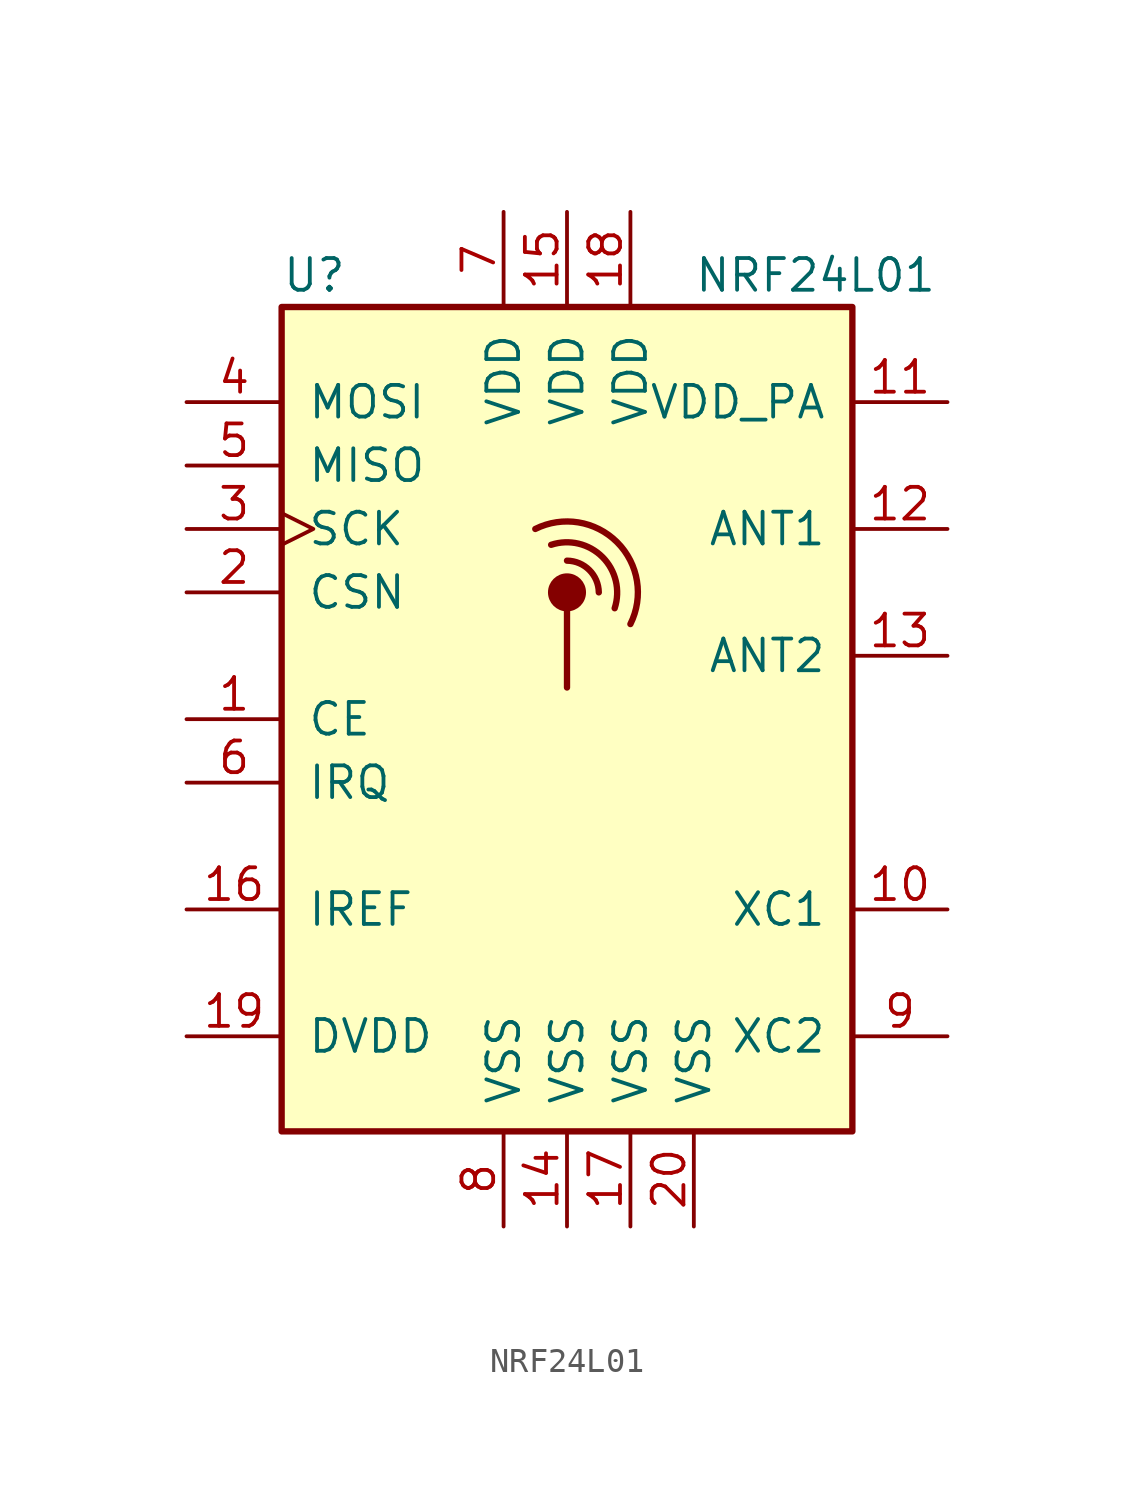
<source format=kicad_sym>
(kicad_symbol_lib
  (version 20201005)
  (generator kicad_symbol_editor)
  (symbol "RF:NRF24L01"
    (pin_names
      (offset 1.016))
    (property "Reference" "U"
      (at -11.43 17.78 0)
      (effects (font (size 1.27 1.27)) (justify left)))
    (property "Value" "NRF24L01"
      (at 5.08 17.78 0)
      (effects (font (size 1.27 1.27)) (justify left)))
    (symbol "NRF24L01_0_1"
      (arc (start -1.27 7.62) (end 2.54 3.81) (radius (at 0 5.08) (length 2.8448) (angles 116.6 -26.6)) (stroke (width 0.254)) (fill (type none)))
      (arc (start 0 6.35) (end 1.27 5.08) (radius (at 0 5.1054) (length 1.2446) (angles 90 -1.1)) (stroke (width 0.254)) (fill (type none)))
      (arc (start -0.635 6.985) (end 1.905 4.445) (radius (at 0 5.1054) (length 1.9812) (angles 108.7 -19.1)) (stroke (width 0.254)) (fill (type none)))
      (circle (center 0 5.08) (radius 0.635) (stroke (width 0.254)) (fill (type outline)))
      (rectangle (start -11.43 16.51) (end 11.43 -16.51) (stroke (width 0.254)) (fill (type background)))
      (rectangle (start 11.43 -13.97) (end 11.43 -13.97) (stroke (width 0)) (fill (type none)))
      (polyline (pts (xy 0 4.445) (xy 0 1.27)) (stroke (width 0.254)) (fill (type none))))
    (symbol "NRF24L01_1_1"
      (pin input line (at -15.24 0 0) (length 3.81) (name "CE" (effects (font (size 1.27 1.27)))) (number "1" (effects (font (size 1.27 1.27)))))
      (pin passive line (at 15.24 -7.62 180) (length 3.81) (name "XC1" (effects (font (size 1.27 1.27)))) (number "10" (effects (font (size 1.27 1.27)))))
      (pin power_out line (at 15.24 12.7 180) (length 3.81) (name "VDD_PA" (effects (font (size 1.27 1.27)))) (number "11" (effects (font (size 1.27 1.27)))))
      (pin passive line (at 15.24 7.62 180) (length 3.81) (name "ANT1" (effects (font (size 1.27 1.27)))) (number "12" (effects (font (size 1.27 1.27)))))
      (pin passive line (at 15.24 2.54 180) (length 3.81) (name "ANT2" (effects (font (size 1.27 1.27)))) (number "13" (effects (font (size 1.27 1.27)))))
      (pin power_in line (at 0 -20.32 90) (length 3.81) (name "VSS" (effects (font (size 1.27 1.27)))) (number "14" (effects (font (size 1.27 1.27)))))
      (pin power_in line (at 0 20.32 270) (length 3.81) (name "VDD" (effects (font (size 1.27 1.27)))) (number "15" (effects (font (size 1.27 1.27)))))
      (pin passive line (at -15.24 -7.62 0) (length 3.81) (name "IREF" (effects (font (size 1.27 1.27)))) (number "16" (effects (font (size 1.27 1.27)))))
      (pin power_in line (at 2.54 -20.32 90) (length 3.81) (name "VSS" (effects (font (size 1.27 1.27)))) (number "17" (effects (font (size 1.27 1.27)))))
      (pin power_in line (at 2.54 20.32 270) (length 3.81) (name "VDD" (effects (font (size 1.27 1.27)))) (number "18" (effects (font (size 1.27 1.27)))))
      (pin power_out line (at -15.24 -12.7 0) (length 3.81) (name "DVDD" (effects (font (size 1.27 1.27)))) (number "19" (effects (font (size 1.27 1.27)))))
      (pin input line (at -15.24 5.08 0) (length 3.81) (name "CSN" (effects (font (size 1.27 1.27)))) (number "2" (effects (font (size 1.27 1.27)))))
      (pin power_in line (at 5.08 -20.32 90) (length 3.81) (name "VSS" (effects (font (size 1.27 1.27)))) (number "20" (effects (font (size 1.27 1.27)))))
      (pin input clock (at -15.24 7.62 0) (length 3.81) (name "SCK" (effects (font (size 1.27 1.27)))) (number "3" (effects (font (size 1.27 1.27)))))
      (pin input line (at -15.24 12.7 0) (length 3.81) (name "MOSI" (effects (font (size 1.27 1.27)))) (number "4" (effects (font (size 1.27 1.27)))))
      (pin output line (at -15.24 10.16 0) (length 3.81) (name "MISO" (effects (font (size 1.27 1.27)))) (number "5" (effects (font (size 1.27 1.27)))))
      (pin output line (at -15.24 -2.54 0) (length 3.81) (name "IRQ" (effects (font (size 1.27 1.27)))) (number "6" (effects (font (size 1.27 1.27)))))
      (pin power_in line (at -2.54 20.32 270) (length 3.81) (name "VDD" (effects (font (size 1.27 1.27)))) (number "7" (effects (font (size 1.27 1.27)))))
      (pin power_in line (at -2.54 -20.32 90) (length 3.81) (name "VSS" (effects (font (size 1.27 1.27)))) (number "8" (effects (font (size 1.27 1.27)))))
      (pin passive line (at 15.24 -12.7 180) (length 3.81) (name "XC2" (effects (font (size 1.27 1.27)))) (number "9" (effects (font (size 1.27 1.27))))))))
</source>
